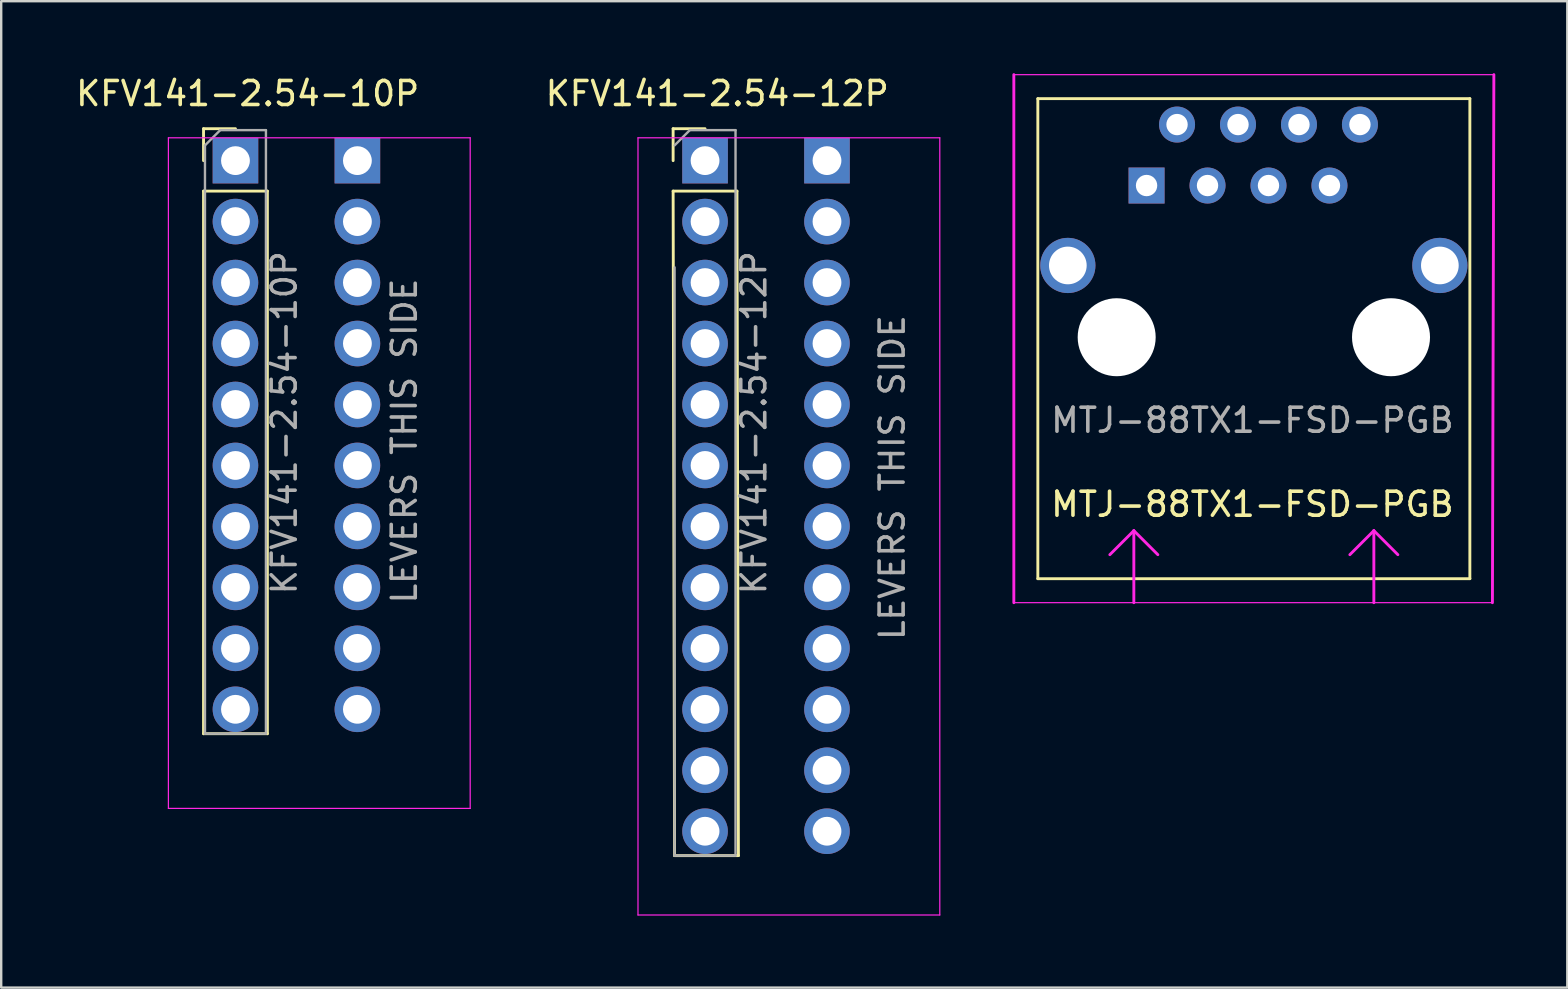
<source format=kicad_pcb>
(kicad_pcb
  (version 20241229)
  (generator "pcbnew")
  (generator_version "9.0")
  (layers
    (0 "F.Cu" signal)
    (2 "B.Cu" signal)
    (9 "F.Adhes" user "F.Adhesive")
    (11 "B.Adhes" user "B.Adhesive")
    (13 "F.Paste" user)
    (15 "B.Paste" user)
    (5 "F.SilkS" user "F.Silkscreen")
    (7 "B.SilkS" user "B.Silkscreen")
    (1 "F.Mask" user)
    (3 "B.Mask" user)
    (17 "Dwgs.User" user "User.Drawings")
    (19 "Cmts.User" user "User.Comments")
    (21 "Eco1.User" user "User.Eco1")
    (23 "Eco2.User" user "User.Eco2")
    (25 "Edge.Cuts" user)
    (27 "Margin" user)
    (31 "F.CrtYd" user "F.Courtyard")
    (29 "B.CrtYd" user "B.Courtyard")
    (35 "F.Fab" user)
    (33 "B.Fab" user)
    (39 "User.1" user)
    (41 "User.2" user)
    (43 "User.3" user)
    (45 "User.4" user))
  (footprint "KFV141-2.54-10P"
    (layer "F.Cu")
    (at 6.76 3.642)
    (property "Reference" "KFV141-2.54-10P" (at 0.508 -2.794 0) (layer "F.SilkS") (effects (font (size 1 1) (thickness 0.15))))
    (attr through_hole)
    (fp_line (start -1.33 -1.33) (end 0 -1.33) (stroke (width 0.12) (type solid)) (layer "F.SilkS"))
    (fp_line (start -1.33 0) (end -1.33 -1.33) (stroke (width 0.12) (type solid)) (layer "F.SilkS"))
    (fp_line (start -1.33 1.27) (end -1.33 23.876) (stroke (width 0.12) (type solid)) (layer "F.SilkS"))
    (fp_line (start -1.33 1.27) (end 1.33 1.27) (stroke (width 0.12) (type solid)) (layer "F.SilkS"))
    (fp_line (start -1.33 23.876) (end 1.33 23.876) (stroke (width 0.12) (type solid)) (layer "F.SilkS"))
    (fp_line (start 1.33 1.27) (end 1.33 23.876) (stroke (width 0.12) (type solid)) (layer "F.SilkS"))
    (fp_line (start -2.794 -0.95) (end -2.794 26.99) (stroke (width 0.05) (type solid)) (layer "F.CrtYd"))
    (fp_line (start -2.794 26.99) (end 9.78 26.99) (stroke (width 0.05) (type solid)) (layer "F.CrtYd"))
    (fp_line (start 9.78 -0.95) (end -2.794 -0.95) (stroke (width 0.05) (type solid)) (layer "F.CrtYd"))
    (fp_line (start 9.78 26.99) (end 9.78 -0.95) (stroke (width 0.05) (type solid)) (layer "F.CrtYd"))
    (fp_line (start -1.27 -0.635) (end -0.635 -1.27) (stroke (width 0.1) (type solid)) (layer "F.Fab"))
    (fp_line (start -1.27 23.876) (end -1.27 -0.635) (stroke (width 0.1) (type solid)) (layer "F.Fab"))
    (fp_line (start -0.635 -1.27) (end 1.27 -1.27) (stroke (width 0.1) (type solid)) (layer "F.Fab"))
    (fp_line (start 1.27 -1.27) (end 1.27 23.876) (stroke (width 0.1) (type solid)) (layer "F.Fab"))
    (fp_line (start 1.27 23.876) (end -1.27 23.876) (stroke (width 0.1) (type solid)) (layer "F.Fab"))
    (fp_text user "${REFERENCE}" (at 2.032 10.922 90) (layer "F.Fab") (effects (font (size 1 1) (thickness 0.15))))
    (fp_text user "LEVERS THIS SIDE" (at 7.62 18.542 90) (unlocked yes) (layer "F.Fab") (effects (font (size 1 1) (thickness 0.15)) (justify left bottom)))
    (pad "1" thru_hole rect (at 0 0) (size 1.9 1.9) (drill 1.2) (layers "*.Cu" "*.Mask"))
    (pad "1" thru_hole rect (at 5.08 0) (size 1.9 1.9) (drill 1.2) (layers "*.Cu" "*.Mask"))
    (pad "2" thru_hole oval (at 0 2.54) (size 1.9 1.9) (drill 1.2) (layers "*.Cu" "*.Mask"))
    (pad "2" thru_hole oval (at 5.08 2.54) (size 1.9 1.9) (drill 1.2) (layers "*.Cu" "*.Mask"))
    (pad "3" thru_hole oval (at 0 5.08) (size 1.9 1.9) (drill 1.2) (layers "*.Cu" "*.Mask"))
    (pad "3" thru_hole oval (at 5.08 5.08) (size 1.9 1.9) (drill 1.2) (layers "*.Cu" "*.Mask"))
    (pad "4" thru_hole oval (at 0 7.62) (size 1.9 1.9) (drill 1.2) (layers "*.Cu" "*.Mask"))
    (pad "4" thru_hole oval (at 5.08 7.62) (size 1.9 1.9) (drill 1.2) (layers "*.Cu" "*.Mask"))
    (pad "5" thru_hole oval (at 0 10.16) (size 1.9 1.9) (drill 1.2) (layers "*.Cu" "*.Mask"))
    (pad "5" thru_hole oval (at 5.08 10.16) (size 1.9 1.9) (drill 1.2) (layers "*.Cu" "*.Mask"))
    (pad "6" thru_hole oval (at 0 12.7) (size 1.9 1.9) (drill 1.2) (layers "*.Cu" "*.Mask"))
    (pad "6" thru_hole oval (at 5.08 12.7) (size 1.9 1.9) (drill 1.2) (layers "*.Cu" "*.Mask"))
    (pad "7" thru_hole oval (at 0 15.24) (size 1.9 1.9) (drill 1.2) (layers "*.Cu" "*.Mask"))
    (pad "7" thru_hole oval (at 5.08 15.24) (size 1.9 1.9) (drill 1.2) (layers "*.Cu" "*.Mask"))
    (pad "8" thru_hole oval (at 0 17.78) (size 1.9 1.9) (drill 1.2) (layers "*.Cu" "*.Mask"))
    (pad "8" thru_hole oval (at 5.08 17.78) (size 1.9 1.9) (drill 1.2) (layers "*.Cu" "*.Mask"))
    (pad "9" thru_hole oval (at 0 20.32) (size 1.9 1.9) (drill 1.2) (layers "*.Cu" "*.Mask"))
    (pad "9" thru_hole oval (at 5.08 20.32) (size 1.9 1.9) (drill 1.2) (layers "*.Cu" "*.Mask"))
    (pad "10" thru_hole oval (at 0 22.86) (size 1.9 1.9) (drill 1.2) (layers "*.Cu" "*.Mask"))
    (pad "10" thru_hole oval (at 5.08 22.86) (size 1.9 1.9) (drill 1.2) (layers "*.Cu" "*.Mask")))
  (footprint "MTJ-88TX1-FSD-PGB"
    (layer "F.Cu")
    (at 49.19 11.06)
    (property "Reference" "MTJ-88TX1-FSD-PGB" (at -0.06 6.9 180) (layer "F.SilkS") (effects (font (size 1 1) (thickness 0.15))))
    (attr through_hole)
    (fp_line (start -9 -10) (end 9 -10) (stroke (width 0.12) (type solid)) (layer "F.SilkS"))
    (fp_line (start -9 10) (end -9 -10) (stroke (width 0.12) (type solid)) (layer "F.SilkS"))
    (fp_line (start 9 -10) (end 9 10) (stroke (width 0.12) (type solid)) (layer "F.SilkS"))
    (fp_line (start 9 10) (end -9 10) (stroke (width 0.12) (type solid)) (layer "F.SilkS"))
    (fp_line (start -10 -11) (end -10 11) (stroke (width 0.12) (type solid)) (layer "F.CrtYd"))
    (fp_line (start -5 8) (end -6 9) (stroke (width 0.12) (type solid)) (layer "F.CrtYd"))
    (fp_line (start -5 11) (end -5 8) (stroke (width 0.12) (type solid)) (layer "F.CrtYd"))
    (fp_line (start -4 9) (end -5 8) (stroke (width 0.12) (type solid)) (layer "F.CrtYd"))
    (fp_line (start 5 8) (end 4 9) (stroke (width 0.12) (type solid)) (layer "F.CrtYd"))
    (fp_line (start 5 11) (end 5 8) (stroke (width 0.12) (type solid)) (layer "F.CrtYd"))
    (fp_line (start 6 9) (end 5 8) (stroke (width 0.12) (type solid)) (layer "F.CrtYd"))
    (fp_line (start 9.94 11) (end -10 11) (stroke (width 0.05) (type solid)) (layer "F.CrtYd"))
    (fp_line (start 9.96 -11) (end -10 -11) (stroke (width 0.05) (type solid)) (layer "F.CrtYd"))
    (fp_line (start 10 -11) (end 9.94 11) (stroke (width 0.12) (type solid)) (layer "F.CrtYd"))
    (fp_text user "${REFERENCE}" (at -0.06 3.4 180) (layer "F.Fab") (effects (font (size 1 1) (thickness 0.15))))
    (pad "" np_thru_hole circle (at -5.715 -0.06 180) (size 3.25 3.25) (drill 3.25) (layers "*.Cu" "*.Mask"))
    (pad "" np_thru_hole circle (at 5.715 -0.06 180) (size 3.25 3.25) (drill 3.25) (layers "*.Cu" "*.Mask"))
    (pad "1" thru_hole rect (at -4.47 -6.38) (size 1.5 1.5) (drill 0.89) (layers "*.Cu" "*.Mask"))
    (pad "2" thru_hole circle (at -3.2 -8.92) (size 1.5 1.5) (drill 0.89) (layers "*.Cu" "*.Mask"))
    (pad "3" thru_hole circle (at -1.93 -6.38) (size 1.5 1.5) (drill 0.89) (layers "*.Cu" "*.Mask"))
    (pad "4" thru_hole circle (at -0.66 -8.92) (size 1.5 1.5) (drill 0.89) (layers "*.Cu" "*.Mask"))
    (pad "5" thru_hole circle (at 0.61 -6.38) (size 1.5 1.5) (drill 0.89) (layers "*.Cu" "*.Mask"))
    (pad "6" thru_hole circle (at 1.88 -8.92) (size 1.5 1.5) (drill 0.89) (layers "*.Cu" "*.Mask"))
    (pad "7" thru_hole circle (at 3.15 -6.38) (size 1.5 1.5) (drill 0.89) (layers "*.Cu" "*.Mask"))
    (pad "8" thru_hole circle (at 4.42 -8.92) (size 1.5 1.5) (drill 0.89) (layers "*.Cu" "*.Mask"))
    (pad "SH" thru_hole circle (at -7.75 -3.05 180) (size 2.3 2.3) (drill 1.57) (layers "*.Cu" "*.Mask"))
    (pad "SH" thru_hole circle (at 7.75 -3.05 180) (size 2.3 2.3) (drill 1.57) (layers "*.Cu" "*.Mask")))
  (footprint "KFV141-2.54-12P"
    (layer "F.Cu")
    (at 26.325 3.642)
    (property "Reference" "KFV141-2.54-12P" (at 0.508 -2.794 0) (layer "F.SilkS") (effects (font (size 1 1) (thickness 0.15))))
    (attr through_hole)
    (fp_line (start -1.33 -1.33) (end 0 -1.33) (stroke (width 0.12) (type solid)) (layer "F.SilkS"))
    (fp_line (start -1.33 0) (end -1.33 -1.33) (stroke (width 0.12) (type solid)) (layer "F.SilkS"))
    (fp_line (start -1.33 1.27) (end -1.27 28.956) (stroke (width 0.12) (type solid)) (layer "F.SilkS"))
    (fp_line (start -1.33 1.27) (end 1.33 1.27) (stroke (width 0.12) (type solid)) (layer "F.SilkS"))
    (fp_line (start -1.27 28.956) (end 1.39 28.956) (stroke (width 0.12) (type solid)) (layer "F.SilkS"))
    (fp_line (start 1.33 1.27) (end 1.39 28.956) (stroke (width 0.12) (type solid)) (layer "F.SilkS"))
    (fp_line (start -2.794 -0.95) (end -2.794 31.43) (stroke (width 0.05) (type solid)) (layer "F.CrtYd"))
    (fp_line (start -2.794 31.43) (end 9.78 31.43) (stroke (width 0.05) (type solid)) (layer "F.CrtYd"))
    (fp_line (start 9.78 -0.95) (end -2.794 -0.95) (stroke (width 0.05) (type solid)) (layer "F.CrtYd"))
    (fp_line (start 9.78 31.43) (end 9.78 -0.95) (stroke (width 0.05) (type solid)) (layer "F.CrtYd"))
    (fp_line (start -1.27 -0.635) (end -0.635 -1.27) (stroke (width 0.1) (type solid)) (layer "F.Fab"))
    (fp_line (start -1.27 28.956) (end -1.27 4.445) (stroke (width 0.1) (type solid)) (layer "F.Fab"))
    (fp_line (start -0.635 -1.27) (end 1.27 -1.27) (stroke (width 0.1) (type solid)) (layer "F.Fab"))
    (fp_line (start 1.27 -1.27) (end 1.27 28.956) (stroke (width 0.1) (type solid)) (layer "F.Fab"))
    (fp_line (start 1.27 28.956) (end -1.27 28.956) (stroke (width 0.1) (type solid)) (layer "F.Fab"))
    (fp_text user "LEVERS THIS SIDE" (at 8.382 20.066 90) (unlocked yes) (layer "F.Fab") (effects (font (size 1 1) (thickness 0.15)) (justify left bottom)))
    (fp_text user "${REFERENCE}" (at 2.032 10.922 90) (layer "F.Fab") (effects (font (size 1 1) (thickness 0.15))))
    (pad "1" thru_hole rect (at 0 0) (size 1.9 1.9) (drill 1.2) (layers "*.Cu" "*.Mask"))
    (pad "1" thru_hole rect (at 5.08 0) (size 1.9 1.9) (drill 1.2) (layers "*.Cu" "*.Mask"))
    (pad "2" thru_hole oval (at 0 2.54) (size 1.9 1.9) (drill 1.2) (layers "*.Cu" "*.Mask"))
    (pad "2" thru_hole oval (at 5.08 2.54) (size 1.9 1.9) (drill 1.2) (layers "*.Cu" "*.Mask"))
    (pad "3" thru_hole oval (at 0 5.08) (size 1.9 1.9) (drill 1.2) (layers "*.Cu" "*.Mask"))
    (pad "3" thru_hole oval (at 5.08 5.08) (size 1.9 1.9) (drill 1.2) (layers "*.Cu" "*.Mask"))
    (pad "4" thru_hole oval (at 0 7.62) (size 1.9 1.9) (drill 1.2) (layers "*.Cu" "*.Mask"))
    (pad "4" thru_hole oval (at 5.08 7.62) (size 1.9 1.9) (drill 1.2) (layers "*.Cu" "*.Mask"))
    (pad "5" thru_hole oval (at 0 10.16) (size 1.9 1.9) (drill 1.2) (layers "*.Cu" "*.Mask"))
    (pad "5" thru_hole oval (at 5.08 10.16) (size 1.9 1.9) (drill 1.2) (layers "*.Cu" "*.Mask"))
    (pad "6" thru_hole oval (at 0 12.7) (size 1.9 1.9) (drill 1.2) (layers "*.Cu" "*.Mask"))
    (pad "6" thru_hole oval (at 5.08 12.7) (size 1.9 1.9) (drill 1.2) (layers "*.Cu" "*.Mask"))
    (pad "7" thru_hole oval (at 0 15.24) (size 1.9 1.9) (drill 1.2) (layers "*.Cu" "*.Mask"))
    (pad "7" thru_hole oval (at 5.08 15.24) (size 1.9 1.9) (drill 1.2) (layers "*.Cu" "*.Mask"))
    (pad "8" thru_hole oval (at 0 17.78) (size 1.9 1.9) (drill 1.2) (layers "*.Cu" "*.Mask"))
    (pad "8" thru_hole oval (at 5.08 17.78) (size 1.9 1.9) (drill 1.2) (layers "*.Cu" "*.Mask"))
    (pad "9" thru_hole oval (at 0 20.32) (size 1.9 1.9) (drill 1.2) (layers "*.Cu" "*.Mask"))
    (pad "9" thru_hole oval (at 5.08 20.32) (size 1.9 1.9) (drill 1.2) (layers "*.Cu" "*.Mask"))
    (pad "10" thru_hole oval (at 0 22.86) (size 1.9 1.9) (drill 1.2) (layers "*.Cu" "*.Mask"))
    (pad "10" thru_hole oval (at 5.08 22.86) (size 1.9 1.9) (drill 1.2) (layers "*.Cu" "*.Mask"))
    (pad "11" thru_hole oval (at 0 25.4) (size 1.9 1.9) (drill 1.2) (layers "*.Cu" "*.Mask"))
    (pad "11" thru_hole oval (at 5.08 25.4) (size 1.9 1.9) (drill 1.2) (layers "*.Cu" "*.Mask"))
    (pad "12" thru_hole oval (at 0 27.94) (size 1.9 1.9) (drill 1.2) (layers "*.Cu" "*.Mask"))
    (pad "12" thru_hole oval (at 5.08 27.94) (size 1.9 1.9) (drill 1.2) (layers "*.Cu" "*.Mask")))
  (gr_rect
    (start -3 -3)
    (end 62.25 38.097)
    (stroke (width 0.1) (type default))
    (fill no)
    (layer "Edge.Cuts")))
</source>
